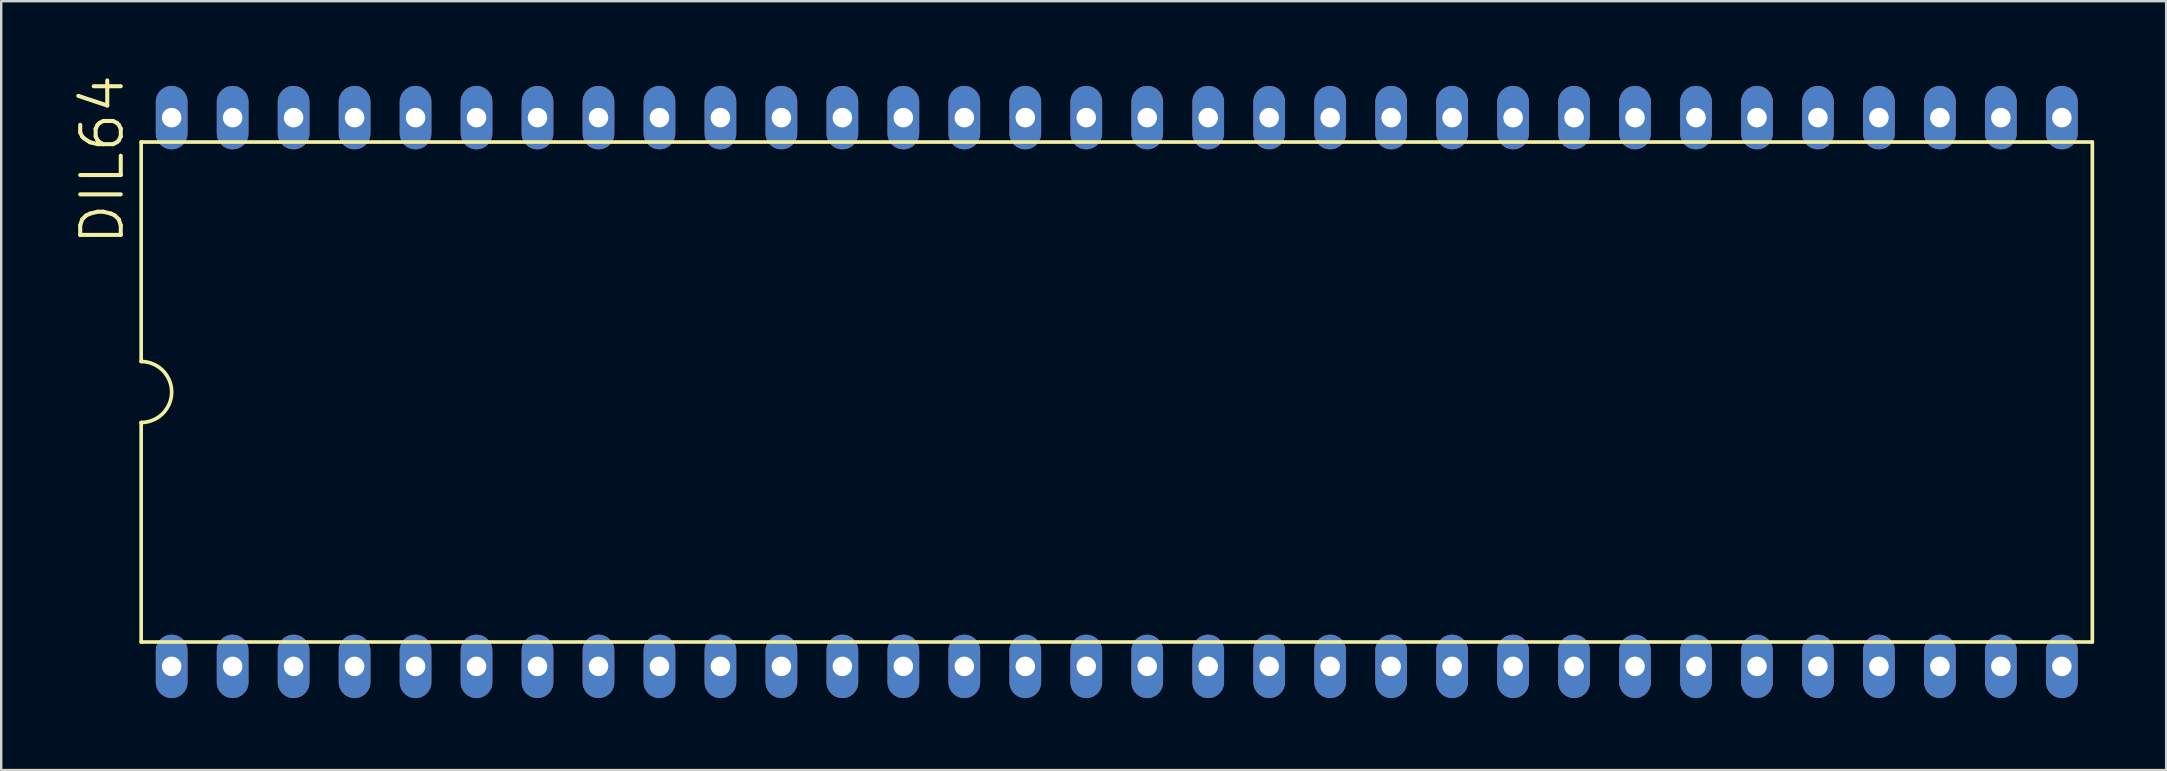
<source format=kicad_pcb>
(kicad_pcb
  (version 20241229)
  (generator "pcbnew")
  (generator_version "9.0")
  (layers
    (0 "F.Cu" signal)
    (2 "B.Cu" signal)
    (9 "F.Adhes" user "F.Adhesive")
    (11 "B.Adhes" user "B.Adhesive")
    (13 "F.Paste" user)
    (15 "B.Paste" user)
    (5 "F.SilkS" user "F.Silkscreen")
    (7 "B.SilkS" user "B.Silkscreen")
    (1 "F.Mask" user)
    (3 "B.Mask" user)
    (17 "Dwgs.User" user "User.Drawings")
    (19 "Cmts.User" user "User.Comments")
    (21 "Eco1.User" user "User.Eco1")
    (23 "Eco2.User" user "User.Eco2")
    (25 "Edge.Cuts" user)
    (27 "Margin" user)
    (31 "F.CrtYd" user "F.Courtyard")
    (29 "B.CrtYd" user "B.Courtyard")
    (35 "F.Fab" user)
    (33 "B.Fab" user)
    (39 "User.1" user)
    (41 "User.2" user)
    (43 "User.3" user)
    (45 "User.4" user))
  (footprint "DIL64"
    (layer "F.Cu")
    (at 43.471 13.28)
    (property "Reference" "DIL64" (at -41.275 -6.032 90) (layer "F.SilkS") (effects (font (size 1.689 1.689) (thickness 0.169)) (justify left bottom)))
    (attr through_hole)
    (fp_line (start -40.64 -10.414) (end -40.64 -1.27) (stroke (width 0.152) (type solid)) (layer "F.SilkS"))
    (fp_line (start -40.64 -10.414) (end 40.64 -10.414) (stroke (width 0.152) (type solid)) (layer "F.SilkS"))
    (fp_line (start -40.64 1.27) (end -40.64 10.414) (stroke (width 0.152) (type solid)) (layer "F.SilkS"))
    (fp_line (start -40.64 10.414) (end 40.64 10.414) (stroke (width 0.152) (type solid)) (layer "F.SilkS"))
    (fp_line (start 40.64 10.414) (end 40.64 -10.414) (stroke (width 0.152) (type solid)) (layer "F.SilkS"))
    (fp_arc (start -40.64 -1.27) (mid -39.37 0) (end -40.64 1.27) (stroke (width 0.1524) (type solid)) (layer "F.SilkS"))
    (pad "1" thru_hole oval (at -39.37 11.43 90) (size 2.642 1.321) (drill 0.813) (layers "*.Cu" "*.Mask"))
    (pad "2" thru_hole oval (at -36.83 11.43 90) (size 2.642 1.321) (drill 0.813) (layers "*.Cu" "*.Mask"))
    (pad "3" thru_hole oval (at -34.29 11.43 90) (size 2.642 1.321) (drill 0.813) (layers "*.Cu" "*.Mask"))
    (pad "4" thru_hole oval (at -31.75 11.43 90) (size 2.642 1.321) (drill 0.813) (layers "*.Cu" "*.Mask"))
    (pad "5" thru_hole oval (at -29.21 11.43 90) (size 2.642 1.321) (drill 0.813) (layers "*.Cu" "*.Mask"))
    (pad "6" thru_hole oval (at -26.67 11.43 90) (size 2.642 1.321) (drill 0.813) (layers "*.Cu" "*.Mask"))
    (pad "7" thru_hole oval (at -24.13 11.43 90) (size 2.642 1.321) (drill 0.813) (layers "*.Cu" "*.Mask"))
    (pad "8" thru_hole oval (at -21.59 11.43 90) (size 2.642 1.321) (drill 0.813) (layers "*.Cu" "*.Mask"))
    (pad "9" thru_hole oval (at -19.05 11.43 90) (size 2.642 1.321) (drill 0.813) (layers "*.Cu" "*.Mask"))
    (pad "10" thru_hole oval (at -16.51 11.43 90) (size 2.642 1.321) (drill 0.813) (layers "*.Cu" "*.Mask"))
    (pad "11" thru_hole oval (at -13.97 11.43 90) (size 2.642 1.321) (drill 0.813) (layers "*.Cu" "*.Mask"))
    (pad "12" thru_hole oval (at -11.43 11.43 90) (size 2.642 1.321) (drill 0.813) (layers "*.Cu" "*.Mask"))
    (pad "13" thru_hole oval (at -8.89 11.43 90) (size 2.642 1.321) (drill 0.813) (layers "*.Cu" "*.Mask"))
    (pad "14" thru_hole oval (at -6.35 11.43 90) (size 2.642 1.321) (drill 0.813) (layers "*.Cu" "*.Mask"))
    (pad "15" thru_hole oval (at -3.81 11.43 90) (size 2.642 1.321) (drill 0.813) (layers "*.Cu" "*.Mask"))
    (pad "16" thru_hole oval (at -1.27 11.43 90) (size 2.642 1.321) (drill 0.813) (layers "*.Cu" "*.Mask"))
    (pad "17" thru_hole oval (at 1.27 11.43 90) (size 2.642 1.321) (drill 0.813) (layers "*.Cu" "*.Mask"))
    (pad "18" thru_hole oval (at 3.81 11.43 90) (size 2.642 1.321) (drill 0.813) (layers "*.Cu" "*.Mask"))
    (pad "19" thru_hole oval (at 6.35 11.43 90) (size 2.642 1.321) (drill 0.813) (layers "*.Cu" "*.Mask"))
    (pad "20" thru_hole oval (at 8.89 11.43 90) (size 2.642 1.321) (drill 0.813) (layers "*.Cu" "*.Mask"))
    (pad "21" thru_hole oval (at 11.43 11.43 90) (size 2.642 1.321) (drill 0.813) (layers "*.Cu" "*.Mask"))
    (pad "22" thru_hole oval (at 13.97 11.43 90) (size 2.642 1.321) (drill 0.813) (layers "*.Cu" "*.Mask"))
    (pad "23" thru_hole oval (at 16.51 11.43 90) (size 2.642 1.321) (drill 0.813) (layers "*.Cu" "*.Mask"))
    (pad "24" thru_hole oval (at 19.05 11.43 90) (size 2.642 1.321) (drill 0.813) (layers "*.Cu" "*.Mask"))
    (pad "25" thru_hole oval (at 21.59 11.43 90) (size 2.642 1.321) (drill 0.813) (layers "*.Cu" "*.Mask"))
    (pad "26" thru_hole oval (at 24.13 11.43 90) (size 2.642 1.321) (drill 0.813) (layers "*.Cu" "*.Mask"))
    (pad "27" thru_hole oval (at 26.67 11.43 90) (size 2.642 1.321) (drill 0.813) (layers "*.Cu" "*.Mask"))
    (pad "28" thru_hole oval (at 29.21 11.43 90) (size 2.642 1.321) (drill 0.813) (layers "*.Cu" "*.Mask"))
    (pad "29" thru_hole oval (at 31.75 11.43 90) (size 2.642 1.321) (drill 0.813) (layers "*.Cu" "*.Mask"))
    (pad "30" thru_hole oval (at 34.29 11.43 90) (size 2.642 1.321) (drill 0.813) (layers "*.Cu" "*.Mask"))
    (pad "31" thru_hole oval (at 36.83 11.43 90) (size 2.642 1.321) (drill 0.813) (layers "*.Cu" "*.Mask"))
    (pad "32" thru_hole oval (at 39.37 11.43 90) (size 2.642 1.321) (drill 0.813) (layers "*.Cu" "*.Mask"))
    (pad "33" thru_hole oval (at 39.37 -11.43 90) (size 2.642 1.321) (drill 0.813) (layers "*.Cu" "*.Mask"))
    (pad "34" thru_hole oval (at 36.83 -11.43 90) (size 2.642 1.321) (drill 0.813) (layers "*.Cu" "*.Mask"))
    (pad "35" thru_hole oval (at 34.29 -11.43 90) (size 2.642 1.321) (drill 0.813) (layers "*.Cu" "*.Mask"))
    (pad "36" thru_hole oval (at 31.75 -11.43 90) (size 2.642 1.321) (drill 0.813) (layers "*.Cu" "*.Mask"))
    (pad "37" thru_hole oval (at 29.21 -11.43 90) (size 2.642 1.321) (drill 0.813) (layers "*.Cu" "*.Mask"))
    (pad "38" thru_hole oval (at 26.67 -11.43 90) (size 2.642 1.321) (drill 0.813) (layers "*.Cu" "*.Mask"))
    (pad "39" thru_hole oval (at 24.13 -11.43 90) (size 2.642 1.321) (drill 0.813) (layers "*.Cu" "*.Mask"))
    (pad "40" thru_hole oval (at 21.59 -11.43 90) (size 2.642 1.321) (drill 0.813) (layers "*.Cu" "*.Mask"))
    (pad "41" thru_hole oval (at 19.05 -11.43 90) (size 2.642 1.321) (drill 0.813) (layers "*.Cu" "*.Mask"))
    (pad "42" thru_hole oval (at 16.51 -11.43 90) (size 2.642 1.321) (drill 0.813) (layers "*.Cu" "*.Mask"))
    (pad "43" thru_hole oval (at 13.97 -11.43 90) (size 2.642 1.321) (drill 0.813) (layers "*.Cu" "*.Mask"))
    (pad "44" thru_hole oval (at 11.43 -11.43 90) (size 2.642 1.321) (drill 0.813) (layers "*.Cu" "*.Mask"))
    (pad "45" thru_hole oval (at 8.89 -11.43 90) (size 2.642 1.321) (drill 0.813) (layers "*.Cu" "*.Mask"))
    (pad "46" thru_hole oval (at 6.35 -11.43 90) (size 2.642 1.321) (drill 0.813) (layers "*.Cu" "*.Mask"))
    (pad "47" thru_hole oval (at 3.81 -11.43 90) (size 2.642 1.321) (drill 0.813) (layers "*.Cu" "*.Mask"))
    (pad "48" thru_hole oval (at 1.27 -11.43 90) (size 2.642 1.321) (drill 0.813) (layers "*.Cu" "*.Mask"))
    (pad "49" thru_hole oval (at -1.27 -11.43 90) (size 2.642 1.321) (drill 0.813) (layers "*.Cu" "*.Mask"))
    (pad "50" thru_hole oval (at -3.81 -11.43 90) (size 2.642 1.321) (drill 0.813) (layers "*.Cu" "*.Mask"))
    (pad "51" thru_hole oval (at -6.35 -11.43 90) (size 2.642 1.321) (drill 0.813) (layers "*.Cu" "*.Mask"))
    (pad "52" thru_hole oval (at -8.89 -11.43 90) (size 2.642 1.321) (drill 0.813) (layers "*.Cu" "*.Mask"))
    (pad "53" thru_hole oval (at -11.43 -11.43 90) (size 2.642 1.321) (drill 0.813) (layers "*.Cu" "*.Mask"))
    (pad "54" thru_hole oval (at -13.97 -11.43 90) (size 2.642 1.321) (drill 0.813) (layers "*.Cu" "*.Mask"))
    (pad "55" thru_hole oval (at -16.51 -11.43 90) (size 2.642 1.321) (drill 0.813) (layers "*.Cu" "*.Mask"))
    (pad "56" thru_hole oval (at -19.05 -11.43 90) (size 2.642 1.321) (drill 0.813) (layers "*.Cu" "*.Mask"))
    (pad "57" thru_hole oval (at -21.59 -11.43 90) (size 2.642 1.321) (drill 0.813) (layers "*.Cu" "*.Mask"))
    (pad "58" thru_hole oval (at -24.13 -11.43 90) (size 2.642 1.321) (drill 0.813) (layers "*.Cu" "*.Mask"))
    (pad "59" thru_hole oval (at -26.67 -11.43 90) (size 2.642 1.321) (drill 0.813) (layers "*.Cu" "*.Mask"))
    (pad "60" thru_hole oval (at -29.21 -11.43 90) (size 2.642 1.321) (drill 0.813) (layers "*.Cu" "*.Mask"))
    (pad "61" thru_hole oval (at -31.75 -11.43 90) (size 2.642 1.321) (drill 0.813) (layers "*.Cu" "*.Mask"))
    (pad "62" thru_hole oval (at -34.29 -11.43 90) (size 2.642 1.321) (drill 0.813) (layers "*.Cu" "*.Mask"))
    (pad "63" thru_hole oval (at -36.83 -11.43 90) (size 2.642 1.321) (drill 0.813) (layers "*.Cu" "*.Mask"))
    (pad "64" thru_hole oval (at -39.37 -11.43 90) (size 2.642 1.321) (drill 0.813) (layers "*.Cu" "*.Mask")))
  (gr_rect
    (start -3 -3)
    (end 87.187 29.03)
    (stroke (width 0.1) (type default))
    (fill no)
    (layer "Edge.Cuts")))
</source>
